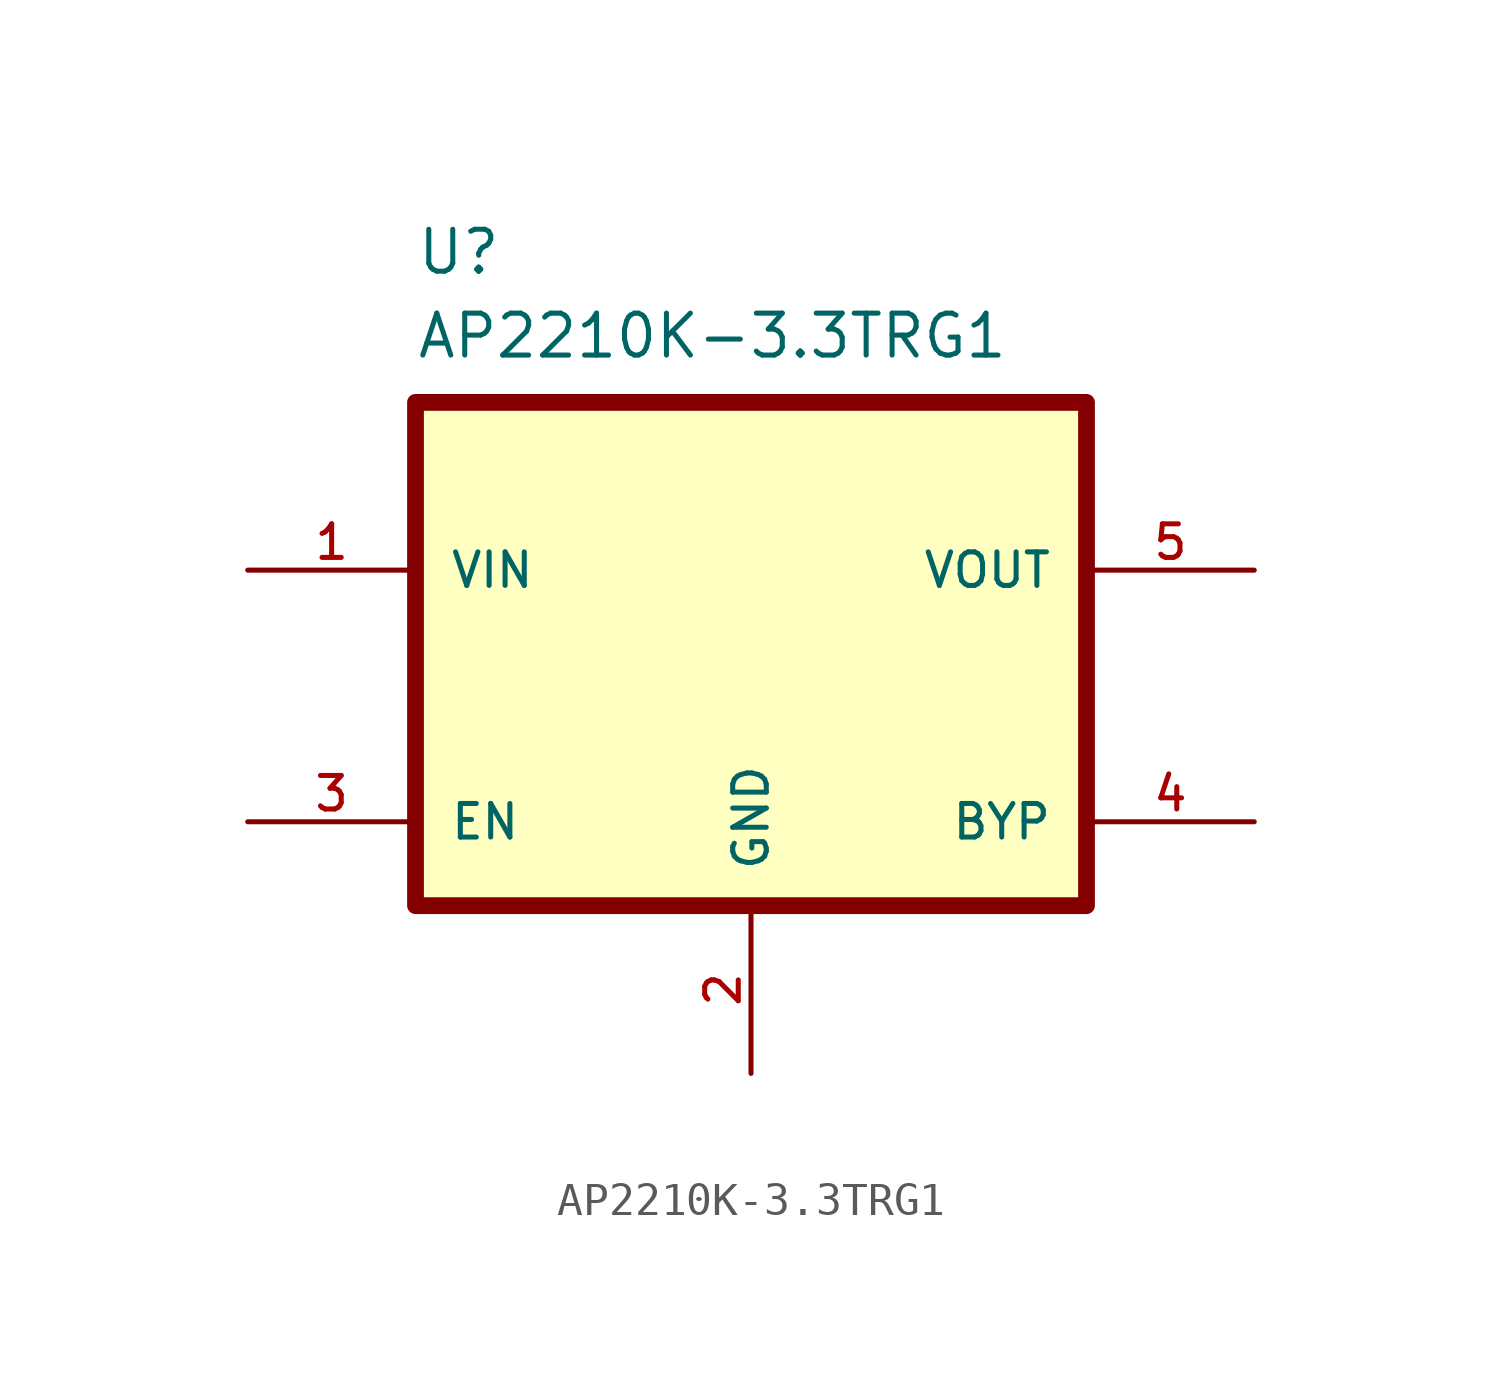
<source format=kicad_sym>
(kicad_symbol_lib
  (version 20211014)
  (generator kicad_symbol_editor)
  (symbol "AP2210K-3.3TRG1"
    (pin_names
      (offset 1.016))
    (property "Reference" "U"
      (at -10.16 11.43 0)
      (effects (font (size 1.27 1.27)) (justify bottom left)))
    (property "Value" "AP2210K-3.3TRG1"
      (at -10.16 8.89 0)
      (effects (font (size 1.27 1.27)) (justify bottom left)))
    (symbol "AP2210K-3.3TRG1_0_0"
      (rectangle (start -10.16 -7.62) (end 10.16 7.62) (stroke (width 0.508)) (fill (type background)))
      (pin bidirectional line (at -15.24 2.54 0) (length 5.08) (name "VIN" (effects (font (size 1.016 1.016)))) (number "1" (effects (font (size 1.016 1.016)))))
      (pin bidirectional line (at 0.0 -12.7 90.0) (length 5.08) (name "GND" (effects (font (size 1.016 1.016)))) (number "2" (effects (font (size 1.016 1.016)))))
      (pin bidirectional line (at -15.24 -5.08 0) (length 5.08) (name "EN" (effects (font (size 1.016 1.016)))) (number "3" (effects (font (size 1.016 1.016)))))
      (pin bidirectional line (at 15.24 -5.08 180.0) (length 5.08) (name "BYP" (effects (font (size 1.016 1.016)))) (number "4" (effects (font (size 1.016 1.016)))))
      (pin bidirectional line (at 15.24 2.54 180.0) (length 5.08) (name "VOUT" (effects (font (size 1.016 1.016)))) (number "5" (effects (font (size 1.016 1.016))))))))
</source>
